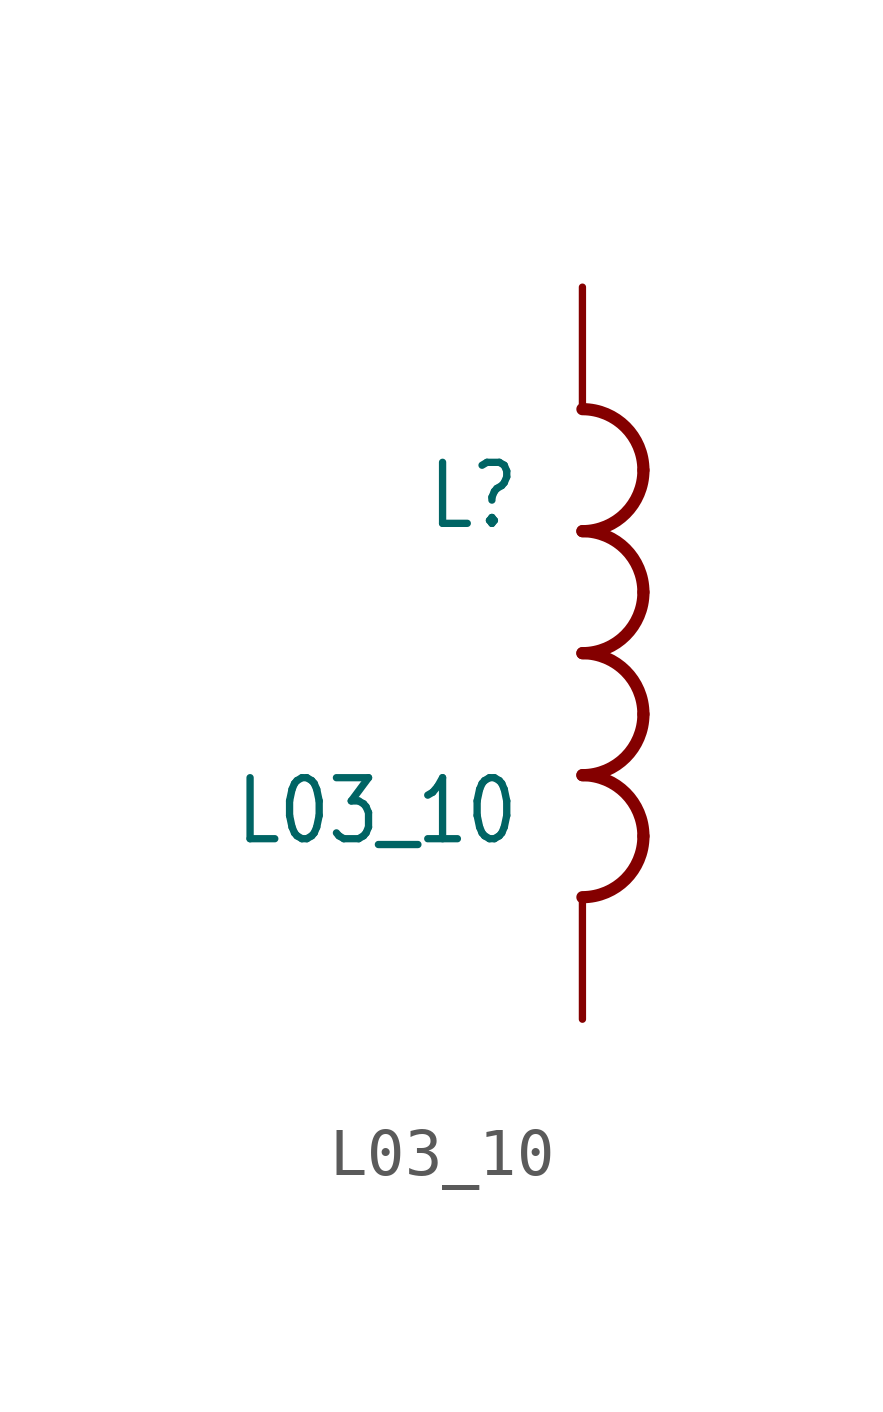
<source format=kicad_sym>
(kicad_symbol_lib
  (version 20201005)
  (generator kicad_symbol_editor)
  (symbol "L03_10"
    (property "Reference" "L"
      (at -1.27 2.54 0)
      (effects (font (size 1.27 1.079)) (justify right bottom)))
    (property "Value" "L03_10"
      (at -1.27 -2.54 0)
      (effects (font (size 1.27 1.079)) (justify right top)))
    (property "ki_locked" ""
      (at 0 0 0)
      (effects (font (size 1.27 1.27))))
    (symbol "L03_10_1_0"
      (arc (start 1.27 -3.81) (end 0 -2.54) (radius (at 0 -3.81) (length 1.27) (angles 0 90)) (stroke (width 0.254)) (fill (type none)))
      (arc (start 0 -5.08) (end 1.27 -3.81) (radius (at 0 -3.81) (length 1.27) (angles -90 0)) (stroke (width 0.254)) (fill (type none)))
      (arc (start 1.27 -1.27) (end 0 0) (radius (at 0 -1.27) (length 1.27) (angles 0 90)) (stroke (width 0.254)) (fill (type none)))
      (arc (start 0 -2.54) (end 1.27 -1.27) (radius (at 0 -1.27) (length 1.27) (angles -90 0)) (stroke (width 0.254)) (fill (type none)))
      (arc (start 1.27 1.27) (end 0 2.54) (radius (at 0 1.27) (length 1.27) (angles 0 90)) (stroke (width 0.254)) (fill (type none)))
      (arc (start 0 0) (end 1.27 1.27) (radius (at 0 1.27) (length 1.27) (angles -90 0)) (stroke (width 0.254)) (fill (type none)))
      (arc (start 1.27 3.81) (end 0 5.08) (radius (at 0 3.81) (length 1.27) (angles 0 90)) (stroke (width 0.254)) (fill (type none)))
      (arc (start 0 2.54) (end 1.27 3.81) (radius (at 0 3.81) (length 1.27) (angles -90 0)) (stroke (width 0.254)) (fill (type none)))
      (pin passive line (at 0 7.62 270) (length 2.54) (name "1" (effects (font (size 0 0)))) (number "1" (effects (font (size 0 0)))))
      (pin passive line (at 0 -7.62 90) (length 2.54) (name "2" (effects (font (size 0 0)))) (number "2" (effects (font (size 0 0))))))))
</source>
